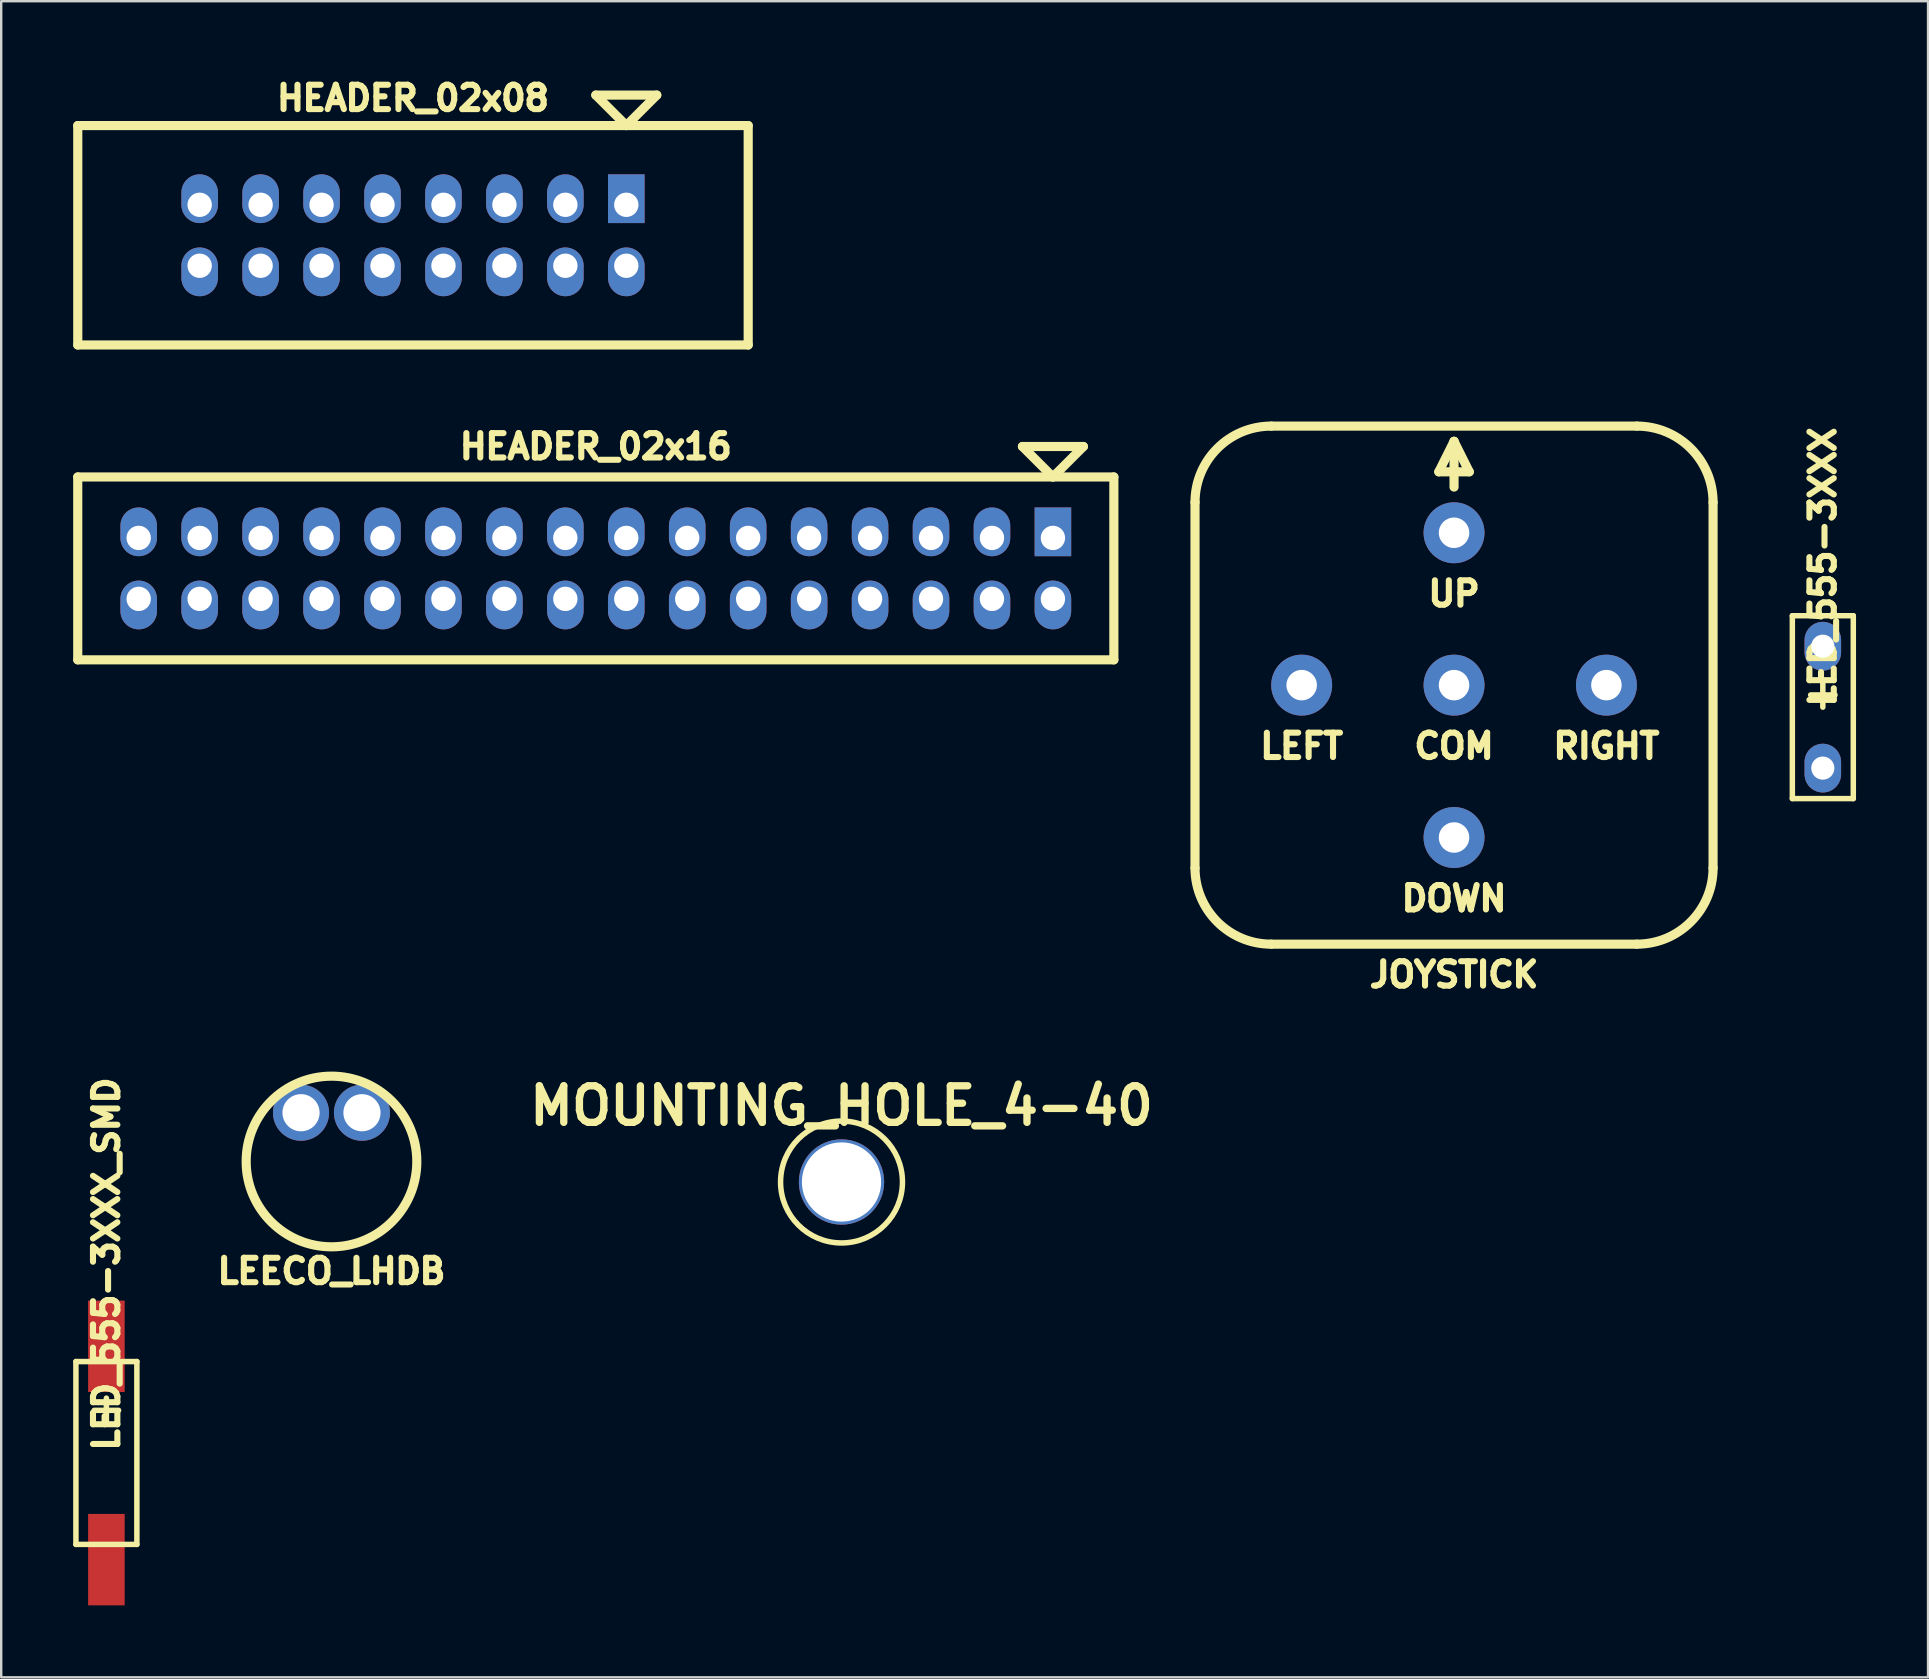
<source format=kicad_pcb>
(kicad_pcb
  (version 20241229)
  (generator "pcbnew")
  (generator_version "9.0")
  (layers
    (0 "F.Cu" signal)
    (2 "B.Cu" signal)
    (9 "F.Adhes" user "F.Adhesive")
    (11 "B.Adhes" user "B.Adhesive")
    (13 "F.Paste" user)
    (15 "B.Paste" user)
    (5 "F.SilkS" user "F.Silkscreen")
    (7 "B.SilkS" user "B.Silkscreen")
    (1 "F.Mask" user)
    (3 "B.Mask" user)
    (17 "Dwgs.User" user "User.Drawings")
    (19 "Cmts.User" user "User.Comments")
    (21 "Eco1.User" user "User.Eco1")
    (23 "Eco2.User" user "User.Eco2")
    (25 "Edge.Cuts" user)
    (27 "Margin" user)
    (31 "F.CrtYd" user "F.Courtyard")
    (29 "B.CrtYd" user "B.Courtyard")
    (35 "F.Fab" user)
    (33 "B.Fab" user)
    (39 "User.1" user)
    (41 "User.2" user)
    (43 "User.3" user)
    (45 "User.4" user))
  (footprint "LEECO_LHDB"
    (layer "F.Cu")
    (at 10.765 43.323)
    (property "Reference" "LEECO_LHDB" (at 0 6.604 0) (layer "F.SilkS") (effects (font (size 1.016 1.016) (thickness 0.254))))
    (attr through_hole)
    (fp_circle (center 0 2.032) (end 0 -1.524) (stroke (width 0.381) (type solid)) (fill no) (layer "F.SilkS"))
    (pad "1" thru_hole circle (at -1.27 0) (size 2.337 2.337) (drill 1.549) (layers "*.Cu" "*.Mask"))
    (pad "2" thru_hole circle (at 1.27 0) (size 2.337 2.337) (drill 1.549) (layers "*.Cu" "*.Mask")))
  (footprint "HEADER_02x08"
    (layer "F.Cu")
    (at 14.161 6.755)
    (property "Reference" "HEADER_02x08" (at 0 -5.715 0) (layer "F.SilkS") (effects (font (size 1.016 1.016) (thickness 0.254))))
    (attr through_hole)
    (fp_line (start -13.97 -4.572) (end -13.97 4.572) (stroke (width 0.381) (type solid)) (layer "F.SilkS"))
    (fp_line (start -13.97 4.572) (end 13.97 4.572) (stroke (width 0.381) (type solid)) (layer "F.SilkS"))
    (fp_line (start 7.62 -5.842) (end 8.89 -4.572) (stroke (width 0.381) (type solid)) (layer "F.SilkS"))
    (fp_line (start 8.89 -4.572) (end 10.16 -5.842) (stroke (width 0.381) (type solid)) (layer "F.SilkS"))
    (fp_line (start 10.16 -5.842) (end 7.62 -5.842) (stroke (width 0.381) (type solid)) (layer "F.SilkS"))
    (fp_line (start 13.97 -4.572) (end -13.97 -4.572) (stroke (width 0.381) (type solid)) (layer "F.SilkS"))
    (fp_line (start 13.97 -4.572) (end 13.97 4.572) (stroke (width 0.381) (type solid)) (layer "F.SilkS"))
    (pad "1" thru_hole rect (at 8.89 -1.27) (size 1.524 2.032) (drill 1.016 (offset 0 -0.254)) (layers "*.Cu" "*.Mask"))
    (pad "2" thru_hole oval (at 8.89 1.27) (size 1.524 2.032) (drill 1.016 (offset 0 0.254)) (layers "*.Cu" "*.Mask"))
    (pad "3" thru_hole oval (at 6.35 -1.27) (size 1.524 2.032) (drill 1.016 (offset 0 -0.254)) (layers "*.Cu" "*.Mask"))
    (pad "4" thru_hole oval (at 6.35 1.27) (size 1.524 2.032) (drill 1.016 (offset 0 0.254)) (layers "*.Cu" "*.Mask"))
    (pad "5" thru_hole oval (at 3.81 -1.27) (size 1.524 2.032) (drill 1.016 (offset 0 -0.254)) (layers "*.Cu" "*.Mask"))
    (pad "6" thru_hole oval (at 3.81 1.27) (size 1.524 2.032) (drill 1.016 (offset 0 0.254)) (layers "*.Cu" "*.Mask"))
    (pad "7" thru_hole oval (at 1.27 -1.27) (size 1.524 2.032) (drill 1.016 (offset 0 -0.254)) (layers "*.Cu" "*.Mask"))
    (pad "8" thru_hole oval (at 1.27 1.27) (size 1.524 2.032) (drill 1.016 (offset 0 0.254)) (layers "*.Cu" "*.Mask"))
    (pad "9" thru_hole oval (at -1.27 -1.27) (size 1.524 2.032) (drill 1.016 (offset 0 -0.254)) (layers "*.Cu" "*.Mask"))
    (pad "10" thru_hole oval (at -1.27 1.27) (size 1.524 2.032) (drill 1.016 (offset 0 0.254)) (layers "*.Cu" "*.Mask"))
    (pad "11" thru_hole oval (at -3.81 -1.27) (size 1.524 2.032) (drill 1.016 (offset 0 -0.254)) (layers "*.Cu" "*.Mask"))
    (pad "12" thru_hole oval (at -3.81 1.27) (size 1.524 2.032) (drill 1.016 (offset 0 0.254)) (layers "*.Cu" "*.Mask"))
    (pad "13" thru_hole oval (at -6.35 -1.27) (size 1.524 2.032) (drill 1.016 (offset 0 -0.254)) (layers "*.Cu" "*.Mask"))
    (pad "14" thru_hole oval (at -6.35 1.27) (size 1.524 2.032) (drill 1.016 (offset 0 0.254)) (layers "*.Cu" "*.Mask"))
    (pad "15" thru_hole oval (at -8.89 -1.27) (size 1.524 2.032) (drill 1.016 (offset 0 -0.254)) (layers "*.Cu" "*.Mask"))
    (pad "16" thru_hole oval (at -8.89 1.27) (size 1.524 2.032) (drill 1.016 (offset 0 0.254)) (layers "*.Cu" "*.Mask")))
  (footprint "MOUNTING_HOLE_4-40"
    (layer "F.Cu")
    (at 32.02 46.21)
    (property "Reference" "MOUNTING_HOLE_4-40" (at 0 -3.175 0) (layer "F.SilkS") (effects (font (size 1.524 1.524) (thickness 0.305))))
    (attr through_hole)
    (fp_circle (center 0 0) (end 2.54 0) (stroke (width 0.229) (type solid)) (fill no) (layer "F.SilkS"))
    (pad "1" thru_hole circle (at 0 0) (size 3.556 3.556) (drill 3.302) (layers "*.Cu" "*.Mask")))
  (footprint "HEADER_02x16"
    (layer "F.Cu")
    (at 21.78 20.638)
    (property "Reference" "HEADER_02x16" (at 0 -5.08 0) (layer "F.SilkS") (effects (font (size 1.016 1.016) (thickness 0.254))))
    (attr through_hole)
    (fp_line (start -21.59 -3.81) (end 21.59 -3.81) (stroke (width 0.381) (type solid)) (layer "F.SilkS"))
    (fp_line (start -21.59 3.81) (end -21.59 -3.81) (stroke (width 0.381) (type solid)) (layer "F.SilkS"))
    (fp_line (start 17.78 -5.08) (end 19.05 -3.81) (stroke (width 0.381) (type solid)) (layer "F.SilkS"))
    (fp_line (start 19.05 -3.81) (end 20.32 -5.08) (stroke (width 0.381) (type solid)) (layer "F.SilkS"))
    (fp_line (start 20.32 -5.08) (end 17.78 -5.08) (stroke (width 0.381) (type solid)) (layer "F.SilkS"))
    (fp_line (start 21.59 -3.81) (end 21.59 3.81) (stroke (width 0.381) (type solid)) (layer "F.SilkS"))
    (fp_line (start 21.59 3.81) (end -21.59 3.81) (stroke (width 0.381) (type solid)) (layer "F.SilkS"))
    (pad "1" thru_hole rect (at 19.05 -1.27) (size 1.524 2.032) (drill 1.016 (offset 0 -0.254)) (layers "*.Cu" "*.Mask"))
    (pad "2" thru_hole oval (at 19.05 1.27) (size 1.524 2.032) (drill 1.016 (offset 0 0.254)) (layers "*.Cu" "*.Mask"))
    (pad "3" thru_hole oval (at 16.51 -1.27) (size 1.524 2.032) (drill 1.016 (offset 0 -0.254)) (layers "*.Cu" "*.Mask"))
    (pad "4" thru_hole oval (at 16.51 1.27) (size 1.524 2.032) (drill 1.016 (offset 0 0.254)) (layers "*.Cu" "*.Mask"))
    (pad "5" thru_hole oval (at 13.97 -1.27) (size 1.524 2.032) (drill 1.016 (offset 0 -0.254)) (layers "*.Cu" "*.Mask"))
    (pad "6" thru_hole oval (at 13.97 1.27) (size 1.524 2.032) (drill 1.016 (offset 0 0.254)) (layers "*.Cu" "*.Mask"))
    (pad "7" thru_hole oval (at 11.43 -1.27) (size 1.524 2.032) (drill 1.016 (offset 0 -0.254)) (layers "*.Cu" "*.Mask"))
    (pad "8" thru_hole oval (at 11.43 1.27) (size 1.524 2.032) (drill 1.016 (offset 0 0.254)) (layers "*.Cu" "*.Mask"))
    (pad "9" thru_hole oval (at 8.89 -1.27) (size 1.524 2.032) (drill 1.016 (offset 0 -0.254)) (layers "*.Cu" "*.Mask"))
    (pad "10" thru_hole oval (at 8.89 1.27) (size 1.524 2.032) (drill 1.016 (offset 0 0.254)) (layers "*.Cu" "*.Mask"))
    (pad "11" thru_hole oval (at 6.35 -1.27) (size 1.524 2.032) (drill 1.016 (offset 0 -0.254)) (layers "*.Cu" "*.Mask"))
    (pad "12" thru_hole oval (at 6.35 1.27) (size 1.524 2.032) (drill 1.016 (offset 0 0.254)) (layers "*.Cu" "*.Mask"))
    (pad "13" thru_hole oval (at 3.81 -1.27) (size 1.524 2.032) (drill 1.016 (offset 0 -0.254)) (layers "*.Cu" "*.Mask"))
    (pad "14" thru_hole oval (at 3.81 1.27) (size 1.524 2.032) (drill 1.016 (offset 0 0.254)) (layers "*.Cu" "*.Mask"))
    (pad "15" thru_hole oval (at 1.27 -1.27) (size 1.524 2.032) (drill 1.016 (offset 0 -0.254)) (layers "*.Cu" "*.Mask"))
    (pad "16" thru_hole oval (at 1.27 1.27) (size 1.524 2.032) (drill 1.016 (offset 0 0.254)) (layers "*.Cu" "*.Mask"))
    (pad "17" thru_hole oval (at -1.27 -1.27) (size 1.524 2.032) (drill 1.016 (offset 0 -0.254)) (layers "*.Cu" "*.Mask"))
    (pad "18" thru_hole oval (at -1.27 1.27) (size 1.524 2.032) (drill 1.016 (offset 0 0.254)) (layers "*.Cu" "*.Mask"))
    (pad "19" thru_hole oval (at -3.81 -1.27) (size 1.524 2.032) (drill 1.016 (offset 0 -0.254)) (layers "*.Cu" "*.Mask"))
    (pad "20" thru_hole oval (at -3.81 1.27) (size 1.524 2.032) (drill 1.016 (offset 0 0.254)) (layers "*.Cu" "*.Mask"))
    (pad "21" thru_hole oval (at -6.35 -1.27) (size 1.524 2.032) (drill 1.016 (offset 0 -0.254)) (layers "*.Cu" "*.Mask"))
    (pad "22" thru_hole oval (at -6.35 1.27) (size 1.524 2.032) (drill 1.016 (offset 0 0.254)) (layers "*.Cu" "*.Mask"))
    (pad "23" thru_hole oval (at -8.89 -1.27) (size 1.524 2.032) (drill 1.016 (offset 0 -0.254)) (layers "*.Cu" "*.Mask"))
    (pad "24" thru_hole oval (at -8.89 1.27) (size 1.524 2.032) (drill 1.016 (offset 0 0.254)) (layers "*.Cu" "*.Mask"))
    (pad "25" thru_hole oval (at -11.43 -1.27) (size 1.524 2.032) (drill 1.016 (offset 0 -0.254)) (layers "*.Cu" "*.Mask"))
    (pad "26" thru_hole oval (at -11.43 1.27) (size 1.524 2.032) (drill 1.016 (offset 0 0.254)) (layers "*.Cu" "*.Mask"))
    (pad "27" thru_hole oval (at -13.97 -1.27) (size 1.524 2.032) (drill 1.016 (offset 0 -0.254)) (layers "*.Cu" "*.Mask"))
    (pad "28" thru_hole oval (at -13.97 1.27) (size 1.524 2.032) (drill 1.016 (offset 0 0.254)) (layers "*.Cu" "*.Mask"))
    (pad "29" thru_hole oval (at -16.51 -1.27) (size 1.524 2.032) (drill 1.016 (offset 0 -0.254)) (layers "*.Cu" "*.Mask"))
    (pad "30" thru_hole oval (at -16.51 1.27) (size 1.524 2.032) (drill 1.016 (offset 0 0.254)) (layers "*.Cu" "*.Mask"))
    (pad "31" thru_hole oval (at -19.05 -1.27) (size 1.524 2.032) (drill 1.016 (offset 0 -0.254)) (layers "*.Cu" "*.Mask"))
    (pad "32" thru_hole oval (at -19.05 1.27) (size 1.524 2.032) (drill 1.016 (offset 0 0.254)) (layers "*.Cu" "*.Mask")))
  (footprint "LED_555-3XXX_SMD"
    (layer "F.Cu")
    (at 1.384 57.503)
    (property "Reference" "LED_555-3XXX_SMD" (at 0 -7.874 90) (layer "F.SilkS") (effects (font (size 1.016 1.016) (thickness 0.254))))
    (attr through_hole)
    (fp_line (start -1.27 -3.81) (end 1.27 -3.81) (stroke (width 0.229) (type solid)) (layer "F.SilkS"))
    (fp_line (start -1.27 3.81) (end -1.27 -3.81) (stroke (width 0.229) (type solid)) (layer "F.SilkS"))
    (fp_line (start -0.508 -1.778) (end 0.508 -1.778) (stroke (width 0.229) (type solid)) (layer "F.SilkS"))
    (fp_line (start 0 -1.27) (end 0 -2.286) (stroke (width 0.229) (type solid)) (layer "F.SilkS"))
    (fp_line (start 1.27 -3.81) (end 1.27 3.81) (stroke (width 0.229) (type solid)) (layer "F.SilkS"))
    (fp_line (start 1.27 3.81) (end -1.27 3.81) (stroke (width 0.229) (type solid)) (layer "F.SilkS"))
    (pad "1" smd rect (at 0 -4.445) (size 1.524 3.81) (layers "F.Cu" "F.Mask" "F.Paste"))
    (pad "2" smd rect (at 0 4.445) (size 1.524 3.81) (layers "F.Cu" "F.Mask" "F.Paste")))
  (footprint "LED_555-3XXX"
    (layer "F.Cu")
    (at 72.916 26.421)
    (property "Reference" "LED_555-3XXX" (at 0 -5.842 270) (layer "F.SilkS") (effects (font (size 1.016 1.016) (thickness 0.254))))
    (attr through_hole)
    (fp_line (start -1.27 -3.81) (end 1.27 -3.81) (stroke (width 0.229) (type solid)) (layer "F.SilkS"))
    (fp_line (start -1.27 3.81) (end -1.27 -3.81) (stroke (width 0.229) (type solid)) (layer "F.SilkS"))
    (fp_line (start -0.508 -0.508) (end 0.508 -0.508) (stroke (width 0.229) (type solid)) (layer "F.SilkS"))
    (fp_line (start 0 0) (end 0 -1.016) (stroke (width 0.229) (type solid)) (layer "F.SilkS"))
    (fp_line (start 1.27 -3.81) (end 1.27 3.81) (stroke (width 0.229) (type solid)) (layer "F.SilkS"))
    (fp_line (start 1.27 3.81) (end -1.27 3.81) (stroke (width 0.229) (type solid)) (layer "F.SilkS"))
    (pad "1" thru_hole oval (at 0 -2.54) (size 1.524 2.032) (drill 0.965) (layers "*.Cu" "*.Mask"))
    (pad "2" thru_hole oval (at 0 2.54) (size 1.524 2.032) (drill 0.965) (layers "*.Cu" "*.Mask")))
  (footprint "JOYSTICK"
    (layer "F.Cu")
    (at 57.547 25.503)
    (property "Reference" "JOYSTICK" (at 0 12.065 0) (layer "F.SilkS") (effects (font (size 1.016 1.016) (thickness 0.254))))
    (attr through_hole)
    (fp_line (start -10.795 -7.62) (end -10.795 7.62) (stroke (width 0.381) (type solid)) (layer "F.SilkS"))
    (fp_line (start -7.62 10.795) (end 7.62 10.795) (stroke (width 0.381) (type solid)) (layer "F.SilkS"))
    (fp_line (start -0.635 -8.89) (end 0.635 -8.89) (stroke (width 0.381) (type solid)) (layer "F.SilkS"))
    (fp_line (start 0 -10.16) (end -0.635 -8.89) (stroke (width 0.381) (type solid)) (layer "F.SilkS"))
    (fp_line (start 0 -8.255) (end 0 -10.16) (stroke (width 0.381) (type solid)) (layer "F.SilkS"))
    (fp_line (start 0.635 -8.89) (end 0 -10.16) (stroke (width 0.381) (type solid)) (layer "F.SilkS"))
    (fp_line (start 7.62 -10.795) (end -7.62 -10.795) (stroke (width 0.381) (type solid)) (layer "F.SilkS"))
    (fp_line (start 10.795 7.62) (end 10.795 -7.62) (stroke (width 0.381) (type solid)) (layer "F.SilkS"))
    (fp_arc (start -10.795 -7.62) (mid -9.865064 -9.865064) (end -7.62 -10.795) (stroke (width 0.381) (type solid)) (layer "F.SilkS"))
    (fp_arc (start -7.62 10.795) (mid -9.865064 9.865064) (end -10.795 7.62) (stroke (width 0.381) (type solid)) (layer "F.SilkS"))
    (fp_arc (start 7.62 -10.795) (mid 9.865064 -9.865064) (end 10.795 -7.62) (stroke (width 0.381) (type solid)) (layer "F.SilkS"))
    (fp_arc (start 10.795 7.62) (mid 9.865064 9.865064) (end 7.62 10.795) (stroke (width 0.381) (type solid)) (layer "F.SilkS"))
    (fp_text user "DOWN" (at 0 8.89 0) (layer "F.SilkS") (effects (font (size 1.016 1.016) (thickness 0.254))))
    (fp_text user "LEFT" (at -6.35 2.54 0) (layer "F.SilkS") (effects (font (size 1.016 1.016) (thickness 0.254))))
    (fp_text user "COM" (at 0 2.54 0) (layer "F.SilkS") (effects (font (size 1.016 1.016) (thickness 0.254))))
    (fp_text user "RIGHT" (at 6.35 2.54 0) (layer "F.SilkS") (effects (font (size 1.016 1.016) (thickness 0.254))))
    (fp_text user "UP" (at 0 -3.81 0) (layer "F.SilkS") (effects (font (size 1.016 1.016) (thickness 0.254))))
    (pad "COM" thru_hole circle (at 0 0) (size 2.54 2.54) (drill 1.27) (layers "*.Cu" "*.Mask"))
    (pad "D" thru_hole circle (at 0 6.35) (size 2.54 2.54) (drill 1.27) (layers "*.Cu" "*.Mask"))
    (pad "L" thru_hole circle (at -6.35 0) (size 2.54 2.54) (drill 1.27) (layers "*.Cu" "*.Mask"))
    (pad "R" thru_hole circle (at 6.35 0) (size 2.54 2.54) (drill 1.27) (layers "*.Cu" "*.Mask"))
    (pad "U" thru_hole circle (at 0 -6.35) (size 2.54 2.54) (drill 1.27) (layers "*.Cu" "*.Mask")))
  (gr_rect
    (start -3 -3)
    (end 77.301 66.853)
    (stroke (width 0.1) (type default))
    (fill no)
    (layer "Edge.Cuts")))
</source>
